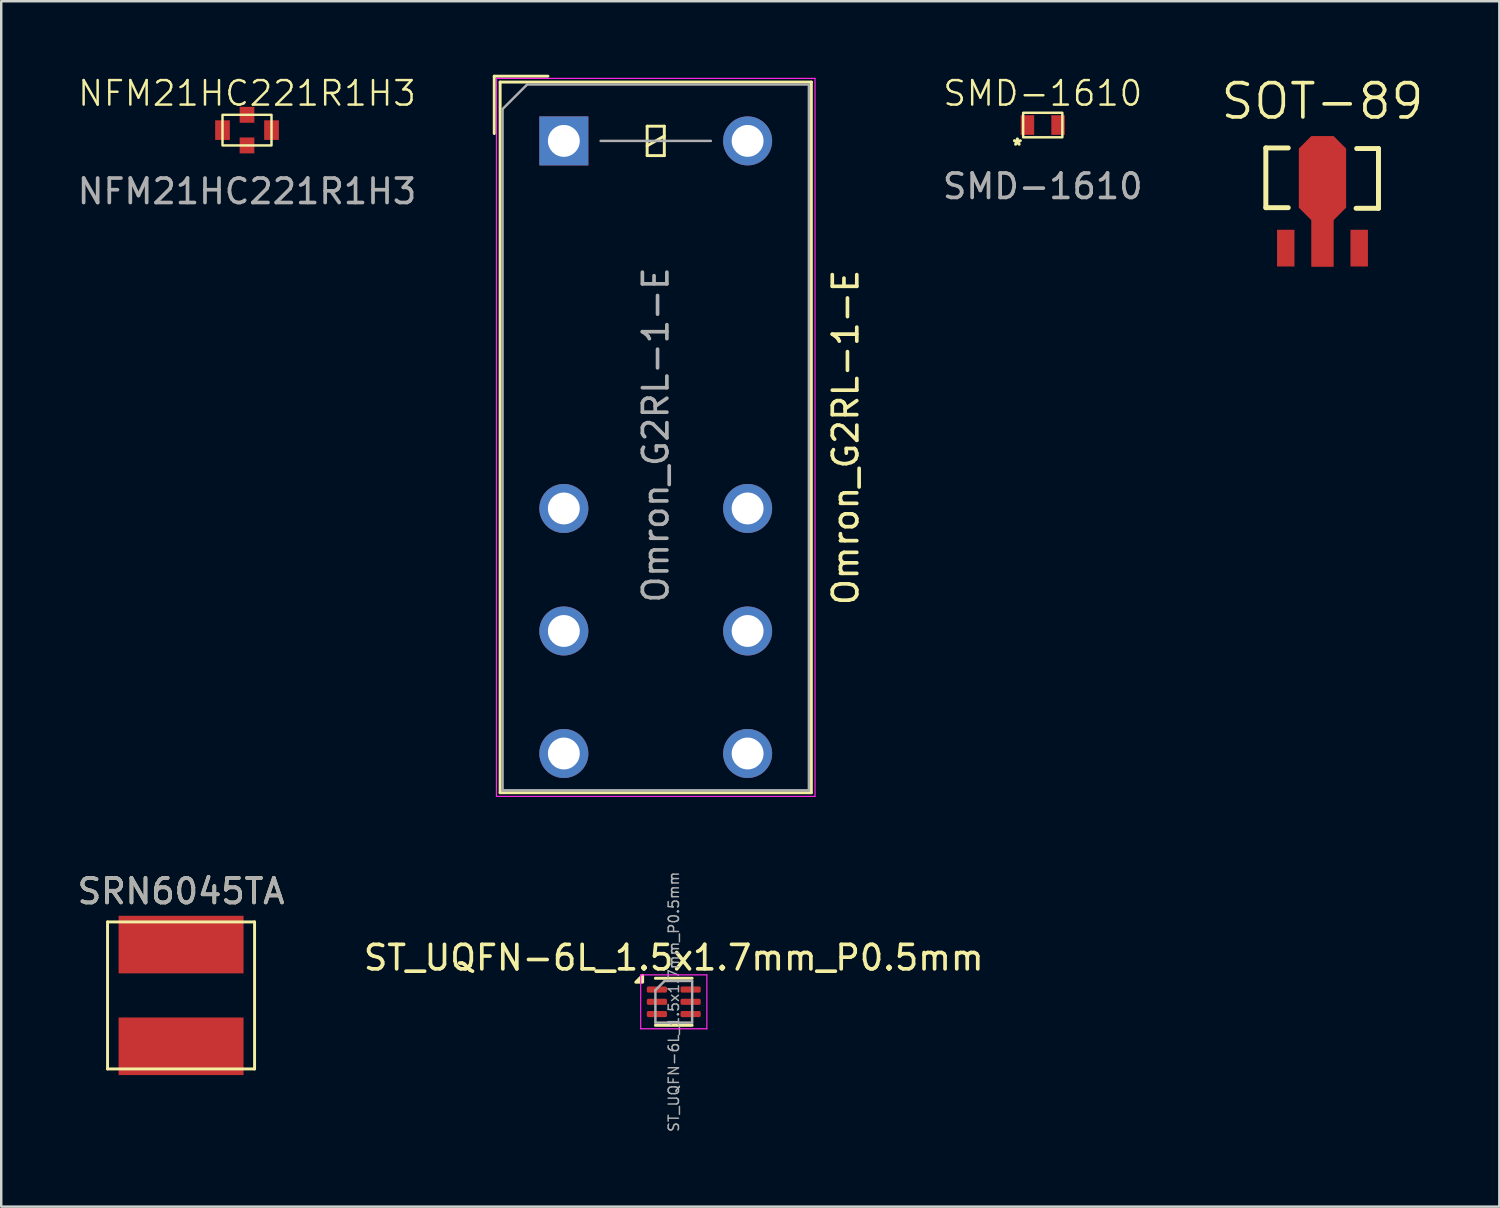
<source format=kicad_pcb>
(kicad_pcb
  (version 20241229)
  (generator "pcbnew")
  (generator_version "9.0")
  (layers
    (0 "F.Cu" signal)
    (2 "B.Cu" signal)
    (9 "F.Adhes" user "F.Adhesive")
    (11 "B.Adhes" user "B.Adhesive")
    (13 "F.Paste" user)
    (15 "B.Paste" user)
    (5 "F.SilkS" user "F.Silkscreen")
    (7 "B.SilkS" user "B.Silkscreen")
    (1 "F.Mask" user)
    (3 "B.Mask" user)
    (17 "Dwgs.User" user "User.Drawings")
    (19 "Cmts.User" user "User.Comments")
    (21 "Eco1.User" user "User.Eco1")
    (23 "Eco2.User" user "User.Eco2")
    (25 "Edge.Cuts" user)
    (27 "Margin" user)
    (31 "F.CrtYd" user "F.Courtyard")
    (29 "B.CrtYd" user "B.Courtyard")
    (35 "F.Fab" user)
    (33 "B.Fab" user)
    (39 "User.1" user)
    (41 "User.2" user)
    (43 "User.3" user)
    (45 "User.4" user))
  (footprint "SOT-89"
    (layer "F.Cu")
    (at 50.843 4.079)
    (property "Reference" "SOT-89" (at 0.076 -2.997 0) (layer "F.SilkS") (effects (font (size 1.4 1.4) (thickness 0.15))))
    (attr smd)
    (fp_poly (pts (xy -1.016 -1.143) (xy -1.016 1.397) (xy -0.508 1.905) (xy 0.635 1.905) (xy 1.143 1.397) (xy 1.143 -1.143) (xy 0.635 -1.651) (xy -0.508 -1.651)) (stroke (width 0) (type solid)) (fill yes) (layer "F.Mask"))
    (fp_line (start -2.235 -1.092) (end -2.235 1.346) (stroke (width 0.203) (type solid)) (layer "F.SilkS"))
    (fp_line (start -2.235 -1.092) (end -1.321 -1.092) (stroke (width 0.203) (type solid)) (layer "F.SilkS"))
    (fp_line (start -2.235 1.346) (end -1.321 1.346) (stroke (width 0.203) (type solid)) (layer "F.SilkS"))
    (fp_line (start 1.473 -1.067) (end 2.362 -1.067) (stroke (width 0.203) (type solid)) (layer "F.SilkS"))
    (fp_line (start 2.362 -1.067) (end 2.362 1.372) (stroke (width 0.203) (type solid)) (layer "F.SilkS"))
    (fp_line (start 2.362 1.372) (end 1.448 1.372) (stroke (width 0.203) (type solid)) (layer "F.SilkS"))
    (pad "1" smd rect (at -1.422 2.997) (size 0.711 1.499) (layers "F.Cu" "F.Mask" "F.Paste"))
    (pad "2" smd custom (at 0.076 1.092) (size 0.889 5.334) (layers "F.Cu" "F.Mask" "F.Paste") (options (anchor rect)) (primitives (gr_poly (pts (xy -0.457 2.667) (xy 0.457 2.667) (xy 0.457 0.762) (xy 0.965 0.254) (xy 0.965 -2.159) (xy 0.457 -2.667) (xy -0.457 -2.667) (xy -0.965 -2.159) (xy -0.965 0.254) (xy -0.457 0.762)) (width 0) (fill yes))))
    (pad "3" smd rect (at 1.575 2.997) (size 0.711 1.499) (layers "F.Cu" "F.Mask" "F.Paste")))
  (footprint "NFM21HC221R1H3"
    (layer "F.Cu")
    (at 7.03 2.26)
    (property "Reference" "NFM21HC221R1H3" (at 0 -1.5 0) (unlocked yes) (layer "F.SilkS") (effects (font (size 1 1) (thickness 0.1))))
    (attr smd)
    (fp_rect (start -1 -0.625) (end 1 0.625) (stroke (width 0.1) (type default)) (fill no) (layer "F.SilkS"))
    (fp_text user "${REFERENCE}" (at 0 2.5 0) (unlocked yes) (layer "F.Fab") (effects (font (size 1 1) (thickness 0.15))))
    (pad "1" smd rect (at -1 0) (size 0.6 0.8) (layers "F.Cu" "F.Mask" "F.Paste"))
    (pad "2" smd rect (at 1 0) (size 0.6 0.8) (layers "F.Cu" "F.Mask" "F.Paste"))
    (pad "3" smd rect (at 0 -0.625) (size 0.6 0.65) (layers "F.Cu" "F.Mask" "F.Paste"))
    (pad "3" smd rect (at 0 0.625) (size 0.6 0.65) (layers "F.Cu" "F.Mask" "F.Paste")))
  (footprint "SRN6045TA"
    (layer "F.Cu")
    (at 4.339 37.573)
    (property "Reference" "SRN6045TA" (at 0 -4.25 0) (unlocked yes) (layer "F.SilkS") (effects (font (size 1 1) (thickness 0.15))))
    (attr smd)
    (fp_line (start -3 -3) (end -3 3) (stroke (width 0.12) (type solid)) (layer "F.SilkS"))
    (fp_line (start -3 -3) (end 3 -3) (stroke (width 0.12) (type solid)) (layer "F.SilkS"))
    (fp_line (start -3 3) (end 3 3) (stroke (width 0.12) (type solid)) (layer "F.SilkS"))
    (fp_line (start 3 -3) (end 3 3) (stroke (width 0.12) (type solid)) (layer "F.SilkS"))
    (fp_text user "${REFERENCE}" (at 0 -4.25 0) (unlocked yes) (layer "F.Fab") (effects (font (size 1 1) (thickness 0.15))))
    (pad "1" smd rect (at 0 -2.075) (size 5.1 2.35) (layers "F.Cu" "F.Mask" "F.Paste"))
    (pad "2" smd rect (at 0 2.075) (size 5.1 2.35) (layers "F.Cu" "F.Mask" "F.Paste")))
  (footprint "Omron_G2RL-1-E"
    (layer "F.Cu")
    (at 19.96 2.7)
    (property "Reference" "Omron_G2RL-1-E" (at 11.5 12.1 90) (layer "F.SilkS") (effects (font (size 1 1) (thickness 0.15))))
    (attr through_hole)
    (fp_line (start -2.84 -2.64) (end -0.65 -2.64) (stroke (width 0.12) (type solid)) (layer "F.SilkS"))
    (fp_line (start -2.84 -0.3) (end -2.84 -2.64) (stroke (width 0.12) (type solid)) (layer "F.SilkS"))
    (fp_line (start -2.6 -2.4) (end -2.6 26.6) (stroke (width 0.12) (type solid)) (layer "F.SilkS"))
    (fp_line (start -2.6 26.6) (end 10.1 26.6) (stroke (width 0.12) (type solid)) (layer "F.SilkS"))
    (fp_line (start 3.4 -0.6) (end 3.4 0.6) (stroke (width 0.12) (type solid)) (layer "F.SilkS"))
    (fp_line (start 3.4 0.2) (end 4.1 -0.2) (stroke (width 0.12) (type solid)) (layer "F.SilkS"))
    (fp_line (start 3.4 0.6) (end 4.1 0.6) (stroke (width 0.12) (type solid)) (layer "F.SilkS"))
    (fp_line (start 4.1 -0.6) (end 3.4 -0.6) (stroke (width 0.12) (type solid)) (layer "F.SilkS"))
    (fp_line (start 4.1 0.6) (end 4.1 -0.6) (stroke (width 0.12) (type solid)) (layer "F.SilkS"))
    (fp_line (start 10.1 -2.4) (end -2.6 -2.4) (stroke (width 0.12) (type solid)) (layer "F.SilkS"))
    (fp_line (start 10.1 26.6) (end 10.1 -2.4) (stroke (width 0.12) (type solid)) (layer "F.SilkS"))
    (fp_line (start -2.75 -2.55) (end -2.75 26.75) (stroke (width 0.05) (type solid)) (layer "F.CrtYd"))
    (fp_line (start -2.75 26.75) (end 10.25 26.75) (stroke (width 0.05) (type solid)) (layer "F.CrtYd"))
    (fp_line (start 10.25 -2.55) (end -2.75 -2.55) (stroke (width 0.05) (type solid)) (layer "F.CrtYd"))
    (fp_line (start 10.25 26.75) (end 10.25 -2.55) (stroke (width 0.05) (type solid)) (layer "F.CrtYd"))
    (fp_line (start -2.5 -1.3) (end -2.5 26.5) (stroke (width 0.1) (type solid)) (layer "F.Fab"))
    (fp_line (start -2.5 26.5) (end 10 26.5) (stroke (width 0.1) (type solid)) (layer "F.Fab"))
    (fp_line (start -1.5 -2.3) (end -2.5 -1.3) (stroke (width 0.1) (type solid)) (layer "F.Fab"))
    (fp_line (start 1.5 0) (end 6 0) (stroke (width 0.1) (type solid)) (layer "F.Fab"))
    (fp_line (start 10 -2.3) (end -1.5 -2.3) (stroke (width 0.1) (type solid)) (layer "F.Fab"))
    (fp_line (start 10 26.5) (end 10 -2.3) (stroke (width 0.1) (type solid)) (layer "F.Fab"))
    (fp_text user "${REFERENCE}" (at 3.75 12 90) (layer "F.Fab") (effects (font (size 1 1) (thickness 0.15))))
    (pad "11" thru_hole circle (at 0 20) (size 2 2) (drill 1.3) (layers "*.Cu" "*.Mask"))
    (pad "11" thru_hole circle (at 7.5 20) (size 2 2) (drill 1.3) (layers "*.Cu" "*.Mask"))
    (pad "12" thru_hole circle (at 0 15) (size 2 2) (drill 1.3) (layers "*.Cu" "*.Mask"))
    (pad "12" thru_hole circle (at 7.5 15) (size 2 2) (drill 1.3) (layers "*.Cu" "*.Mask"))
    (pad "14" thru_hole circle (at 0 25) (size 2 2) (drill 1.3) (layers "*.Cu" "*.Mask"))
    (pad "14" thru_hole circle (at 7.5 25) (size 2 2) (drill 1.3) (layers "*.Cu" "*.Mask"))
    (pad "A1" thru_hole rect (at 0 0) (size 2 2) (drill 1.3) (layers "*.Cu" "*.Mask"))
    (pad "A2" thru_hole circle (at 7.5 0) (size 2 2) (drill 1.3) (layers "*.Cu" "*.Mask")))
  (footprint "SMD-1610"
    (layer "F.Cu")
    (at 39.504 2.053)
    (property "Reference" "SMD-1610" (at 0.001 -1.293 0) (unlocked yes) (layer "F.SilkS") (effects (font (size 1 1) (thickness 0.1))))
    (attr smd)
    (fp_rect (start -0.8 -0.5) (end 0.8 0.5) (stroke (width 0.1) (type default)) (fill no) (layer "F.SilkS"))
    (fp_text user "*" (at -1.308 1.135 0) (unlocked yes) (layer "F.SilkS") (effects (font (size 0.5 0.5) (thickness 0.125) (bold yes)) (justify left bottom)))
    (fp_text user "${REFERENCE}" (at 0 2.5 0) (unlocked yes) (layer "F.Fab") (effects (font (size 1 1) (thickness 0.15))))
    (pad "1" smd rect (at -0.625 0) (size 0.55 0.8) (layers "F.Cu" "F.Mask" "F.Paste"))
    (pad "2" smd rect (at 0.625 0) (size 0.55 0.8) (layers "F.Cu" "F.Mask" "F.Paste")))
  (footprint "ST_UQFN-6L_1.5x1.7mm_P0.5mm"
    (layer "F.Cu")
    (at 24.446 37.833)
    (property "Reference" "ST_UQFN-6L_1.5x1.7mm_P0.5mm" (at 0 -1.8 0) (layer "F.SilkS") (effects (font (size 1 1) (thickness 0.15))))
    (attr smd)
    (fp_line (start -0.75 -0.96) (end 0.75 -0.96) (stroke (width 0.12) (type solid)) (layer "F.SilkS"))
    (fp_line (start -0.75 0.96) (end 0.75 0.96) (stroke (width 0.12) (type solid)) (layer "F.SilkS"))
    (fp_poly (pts (xy -1.27 -0.8) (xy -1.55 -0.8) (xy -1.27 -1.08) (xy -1.27 -0.8)) (stroke (width 0.12) (type solid)) (fill yes) (layer "F.SilkS"))
    (fp_line (start -1.35 -1.1) (end -1.35 1.1) (stroke (width 0.05) (type solid)) (layer "F.CrtYd"))
    (fp_line (start -1.35 1.1) (end 1.35 1.1) (stroke (width 0.05) (type solid)) (layer "F.CrtYd"))
    (fp_line (start 1.35 -1.1) (end -1.35 -1.1) (stroke (width 0.05) (type solid)) (layer "F.CrtYd"))
    (fp_line (start 1.35 1.1) (end 1.35 -1.1) (stroke (width 0.05) (type solid)) (layer "F.CrtYd"))
    (fp_line (start -0.75 -0.475) (end -0.375 -0.85) (stroke (width 0.1) (type solid)) (layer "F.Fab"))
    (fp_line (start -0.75 0.85) (end -0.75 -0.475) (stroke (width 0.1) (type solid)) (layer "F.Fab"))
    (fp_line (start -0.375 -0.85) (end 0.75 -0.85) (stroke (width 0.1) (type solid)) (layer "F.Fab"))
    (fp_line (start 0.75 -0.85) (end 0.75 0.85) (stroke (width 0.1) (type solid)) (layer "F.Fab"))
    (fp_line (start 0.75 0.85) (end -0.75 0.85) (stroke (width 0.1) (type solid)) (layer "F.Fab"))
    (fp_text user "${REFERENCE}" (at 0 0 90) (layer "F.Fab") (effects (font (size 0.42 0.42) (thickness 0.06))))
    (pad "1" smd roundrect (at -0.688 -0.5) (size 0.825 0.25) (layers "F.Cu" "F.Mask" "F.Paste") (roundrect_rratio 0.25))
    (pad "2" smd roundrect (at -0.688 0) (size 0.825 0.25) (layers "F.Cu" "F.Mask" "F.Paste") (roundrect_rratio 0.25))
    (pad "3" smd roundrect (at -0.688 0.5) (size 0.825 0.25) (layers "F.Cu" "F.Mask" "F.Paste") (roundrect_rratio 0.25))
    (pad "4" smd roundrect (at 0.688 0.5) (size 0.825 0.25) (layers "F.Cu" "F.Mask" "F.Paste") (roundrect_rratio 0.25))
    (pad "5" smd roundrect (at 0.688 0) (size 0.825 0.25) (layers "F.Cu" "F.Mask" "F.Paste") (roundrect_rratio 0.25))
    (pad "6" smd roundrect (at 0.688 -0.5) (size 0.825 0.25) (layers "F.Cu" "F.Mask" "F.Paste") (roundrect_rratio 0.25)))
  (gr_rect
    (start -3 -3)
    (end 58.137 46.191)
    (stroke (width 0.1) (type default))
    (fill no)
    (layer "Edge.Cuts")))
</source>
